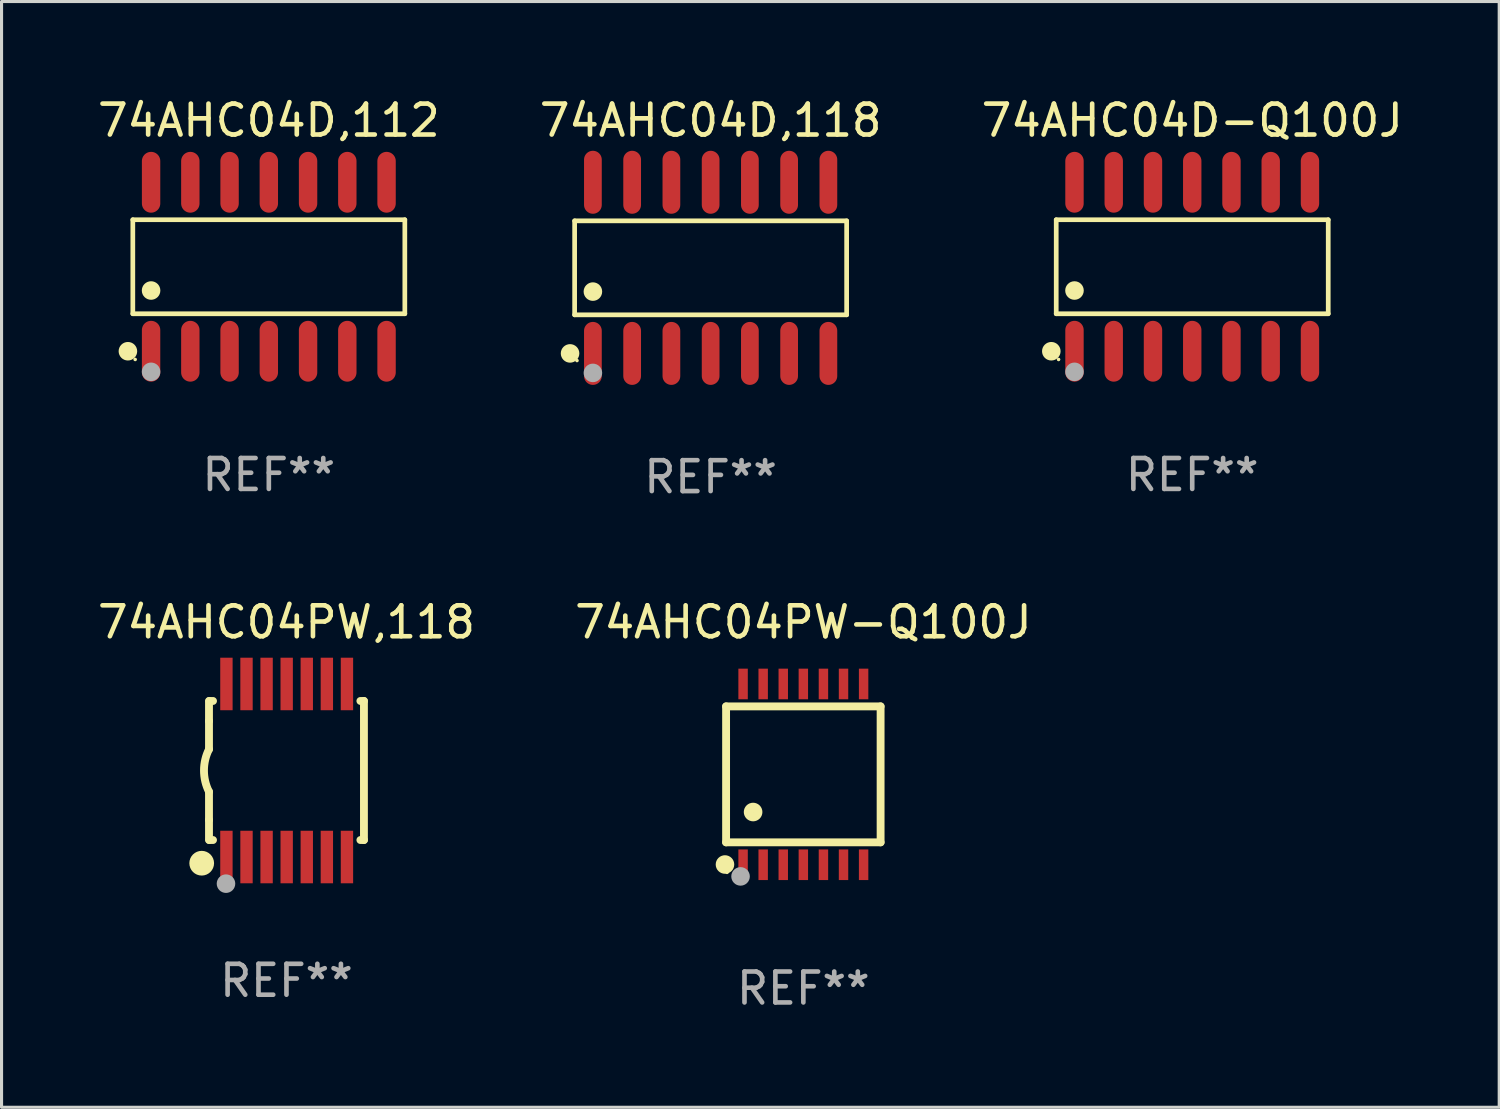
<source format=kicad_pcb>
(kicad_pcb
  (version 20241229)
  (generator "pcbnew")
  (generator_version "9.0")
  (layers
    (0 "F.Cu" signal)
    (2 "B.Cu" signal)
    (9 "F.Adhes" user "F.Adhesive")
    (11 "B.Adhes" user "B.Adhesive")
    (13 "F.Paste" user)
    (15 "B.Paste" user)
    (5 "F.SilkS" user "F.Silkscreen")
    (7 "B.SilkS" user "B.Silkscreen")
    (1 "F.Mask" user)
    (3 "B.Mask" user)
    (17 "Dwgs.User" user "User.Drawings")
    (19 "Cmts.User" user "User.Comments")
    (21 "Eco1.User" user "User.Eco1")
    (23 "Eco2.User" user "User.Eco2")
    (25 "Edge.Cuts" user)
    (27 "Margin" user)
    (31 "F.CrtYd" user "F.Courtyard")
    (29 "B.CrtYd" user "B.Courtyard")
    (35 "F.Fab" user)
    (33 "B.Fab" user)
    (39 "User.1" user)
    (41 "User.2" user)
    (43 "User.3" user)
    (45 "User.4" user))
  (footprint "74AHC04PW,118"
    (layer "F.Cu")
    (at 6.22 21.883)
    (property "Reference" "74AHC04PW,118" (at 0 -4.8 0) (layer "F.SilkS") (effects (font (size 1 1) (thickness 0.15))))
    (attr through_hole)
    (fp_line (start -2.507 -1.6) (end -2.507 -2.25) (stroke (width 0.254) (type solid)) (layer "F.SilkS"))
    (fp_line (start -2.507 -0.686) (end -2.507 -1.6) (stroke (width 0.254) (type solid)) (layer "F.SilkS"))
    (fp_line (start -2.507 1.6) (end -2.507 0.686) (stroke (width 0.254) (type solid)) (layer "F.SilkS"))
    (fp_line (start -2.507 1.6) (end -2.507 2.25) (stroke (width 0.254) (type solid)) (layer "F.SilkS"))
    (fp_line (start -2.493 -2.25) (end -2.377 -2.25) (stroke (width 0.254) (type solid)) (layer "F.SilkS"))
    (fp_line (start -2.377 2.25) (end -2.493 2.25) (stroke (width 0.254) (type solid)) (layer "F.SilkS"))
    (fp_line (start 2.392 -2.25) (end 2.507 -2.25) (stroke (width 0.254) (type solid)) (layer "F.SilkS"))
    (fp_line (start 2.507 -2.25) (end 2.507 2.25) (stroke (width 0.254) (type solid)) (layer "F.SilkS"))
    (fp_line (start 2.507 2.25) (end 2.392 2.25) (stroke (width 0.254) (type solid)) (layer "F.SilkS"))
    (fp_arc (start -2.507303 0.685802) (mid -2.669199 0) (end -2.507303 -0.685801) (stroke (width 0.254001) (type solid)) (layer "F.SilkS"))
    (fp_circle (center -2.743 3) (end -2.543 3) (stroke (width 0.4) (type solid)) (fill no) (layer "F.SilkS"))
    (fp_circle (center -2.493 3.2) (end -2.463 3.2) (stroke (width 0.06) (type solid)) (fill no) (layer "F.SilkS"))
    (fp_circle (center -1.957 3.662) (end -1.807 3.662) (stroke (width 0.3) (type solid)) (fill no) (layer "F.Fab"))
    (fp_text user "REF**" (at 0 6.8 0) (layer "F.Fab") (effects (font (size 1 1) (thickness 0.15))))
    (pad "1" smd rect (at -1.943 2.8) (size 0.4 1.7) (layers "F.Cu" "F.Mask" "F.Paste"))
    (pad "2" smd rect (at -1.293 2.8) (size 0.4 1.7) (layers "F.Cu" "F.Mask" "F.Paste"))
    (pad "3" smd rect (at -0.643 2.8) (size 0.4 1.7) (layers "F.Cu" "F.Mask" "F.Paste"))
    (pad "4" smd rect (at 0.007 2.8) (size 0.4 1.7) (layers "F.Cu" "F.Mask" "F.Paste"))
    (pad "5" smd rect (at 0.657 2.8) (size 0.4 1.7) (layers "F.Cu" "F.Mask" "F.Paste"))
    (pad "6" smd rect (at 1.307 2.8) (size 0.4 1.7) (layers "F.Cu" "F.Mask" "F.Paste"))
    (pad "7" smd rect (at 1.957 2.8) (size 0.4 1.7) (layers "F.Cu" "F.Mask" "F.Paste"))
    (pad "8" smd rect (at 1.957 -2.8) (size 0.4 1.7) (layers "F.Cu" "F.Mask" "F.Paste"))
    (pad "9" smd rect (at 1.307 -2.8) (size 0.4 1.7) (layers "F.Cu" "F.Mask" "F.Paste"))
    (pad "10" smd rect (at 0.657 -2.8) (size 0.4 1.7) (layers "F.Cu" "F.Mask" "F.Paste"))
    (pad "11" smd rect (at 0.007 -2.8) (size 0.4 1.7) (layers "F.Cu" "F.Mask" "F.Paste"))
    (pad "12" smd rect (at -0.643 -2.8) (size 0.4 1.7) (layers "F.Cu" "F.Mask" "F.Paste"))
    (pad "13" smd rect (at -1.293 -2.8) (size 0.4 1.7) (layers "F.Cu" "F.Mask" "F.Paste"))
    (pad "14" smd rect (at -1.943 -2.8) (size 0.4 1.7) (layers "F.Cu" "F.Mask" "F.Paste")))
  (footprint "74AHC04PW-Q100J"
    (layer "F.Cu")
    (at 22.946 22.008)
    (property "Reference" "74AHC04PW-Q100J" (at 0 -4.925 0) (layer "F.SilkS") (effects (font (size 1 1) (thickness 0.15))))
    (attr through_hole)
    (fp_line (start -2.5 2.2) (end -2.5 -2.2) (stroke (width 0.254) (type solid)) (layer "F.SilkS"))
    (fp_line (start -2.5 2.2) (end 2.5 2.2) (stroke (width 0.254) (type solid)) (layer "F.SilkS"))
    (fp_line (start 2.5 -2.2) (end -2.5 -2.2) (stroke (width 0.254) (type solid)) (layer "F.SilkS"))
    (fp_line (start 2.5 -2.2) (end 2.5 2.2) (stroke (width 0.254) (type solid)) (layer "F.SilkS"))
    (fp_circle (center -2.536 2.917) (end -2.386 2.917) (stroke (width 0.3) (type solid)) (fill no) (layer "F.SilkS"))
    (fp_circle (center -2.47 3.17) (end -2.44 3.17) (stroke (width 0.06) (type solid)) (fill no) (layer "F.SilkS"))
    (fp_circle (center -1.626 1.219) (end -1.475 1.219) (stroke (width 0.3) (type solid)) (fill no) (layer "F.SilkS"))
    (fp_circle (center -2.032 3.302) (end -1.882 3.302) (stroke (width 0.3) (type solid)) (fill no) (layer "F.Fab"))
    (fp_text user "REF**" (at 0 6.925 0) (layer "F.Fab") (effects (font (size 1 1) (thickness 0.15))))
    (pad "1" smd rect (at -1.95 2.925) (size 0.305 0.991) (layers "F.Cu" "F.Mask" "F.Paste"))
    (pad "2" smd rect (at -1.3 2.925) (size 0.305 0.991) (layers "F.Cu" "F.Mask" "F.Paste"))
    (pad "3" smd rect (at -0.65 2.925) (size 0.305 0.991) (layers "F.Cu" "F.Mask" "F.Paste"))
    (pad "4" smd rect (at 0 2.925) (size 0.305 0.991) (layers "F.Cu" "F.Mask" "F.Paste"))
    (pad "5" smd rect (at 0.65 2.925) (size 0.305 0.991) (layers "F.Cu" "F.Mask" "F.Paste"))
    (pad "6" smd rect (at 1.3 2.925) (size 0.305 0.991) (layers "F.Cu" "F.Mask" "F.Paste"))
    (pad "7" smd rect (at 1.95 2.925) (size 0.305 0.991) (layers "F.Cu" "F.Mask" "F.Paste"))
    (pad "8" smd rect (at 1.95 -2.925) (size 0.305 0.991) (layers "F.Cu" "F.Mask" "F.Paste"))
    (pad "9" smd rect (at 1.3 -2.925) (size 0.305 0.991) (layers "F.Cu" "F.Mask" "F.Paste"))
    (pad "10" smd rect (at 0.65 -2.925) (size 0.305 0.991) (layers "F.Cu" "F.Mask" "F.Paste"))
    (pad "11" smd rect (at 0 -2.925) (size 0.305 0.991) (layers "F.Cu" "F.Mask" "F.Paste"))
    (pad "12" smd rect (at -0.65 -2.925) (size 0.305 0.991) (layers "F.Cu" "F.Mask" "F.Paste"))
    (pad "13" smd rect (at -1.3 -2.925) (size 0.305 0.991) (layers "F.Cu" "F.Mask" "F.Paste"))
    (pad "14" smd rect (at -1.95 -2.925) (size 0.305 0.991) (layers "F.Cu" "F.Mask" "F.Paste")))
  (footprint "74AHC04D,118"
    (layer "F.Cu")
    (at 19.946 5.617)
    (property "Reference" "74AHC04D,118" (at 0 -4.769 0) (layer "F.SilkS") (effects (font (size 1 1) (thickness 0.15))))
    (attr through_hole)
    (fp_line (start -4.401 -1.521) (end 4.401 -1.521) (stroke (width 0.152) (type solid)) (layer "F.SilkS"))
    (fp_line (start -4.401 1.521) (end -4.401 -1.521) (stroke (width 0.152) (type solid)) (layer "F.SilkS"))
    (fp_line (start 4.401 -1.521) (end 4.401 1.521) (stroke (width 0.152) (type solid)) (layer "F.SilkS"))
    (fp_line (start 4.401 1.521) (end -4.401 1.521) (stroke (width 0.152) (type solid)) (layer "F.SilkS"))
    (fp_circle (center -4.549 2.769) (end -4.399 2.769) (stroke (width 0.3) (type solid)) (fill no) (layer "F.SilkS"))
    (fp_circle (center -4.325 3) (end -4.295 3) (stroke (width 0.06) (type solid)) (fill no) (layer "F.SilkS"))
    (fp_circle (center -3.81 0.769) (end -3.66 0.769) (stroke (width 0.3) (type solid)) (fill no) (layer "F.SilkS"))
    (fp_circle (center -3.81 3.4) (end -3.66 3.4) (stroke (width 0.3) (type solid)) (fill no) (layer "F.Fab"))
    (fp_text user "REF**" (at 0 6.769 0) (layer "F.Fab") (effects (font (size 1 1) (thickness 0.15))))
    (pad "1" smd oval (at -3.81 2.769) (size 0.574 2.038) (layers "F.Cu" "F.Mask" "F.Paste"))
    (pad "2" smd oval (at -2.54 2.769) (size 0.574 2.038) (layers "F.Cu" "F.Mask" "F.Paste"))
    (pad "3" smd oval (at -1.27 2.769) (size 0.574 2.038) (layers "F.Cu" "F.Mask" "F.Paste"))
    (pad "4" smd oval (at 0 2.769) (size 0.574 2.038) (layers "F.Cu" "F.Mask" "F.Paste"))
    (pad "5" smd oval (at 1.27 2.769) (size 0.574 2.038) (layers "F.Cu" "F.Mask" "F.Paste"))
    (pad "6" smd oval (at 2.54 2.769) (size 0.574 2.038) (layers "F.Cu" "F.Mask" "F.Paste"))
    (pad "7" smd oval (at 3.81 2.769) (size 0.574 2.038) (layers "F.Cu" "F.Mask" "F.Paste"))
    (pad "8" smd oval (at 3.81 -2.769) (size 0.574 2.038) (layers "F.Cu" "F.Mask" "F.Paste"))
    (pad "9" smd oval (at 2.54 -2.769) (size 0.574 2.038) (layers "F.Cu" "F.Mask" "F.Paste"))
    (pad "10" smd oval (at 1.27 -2.769) (size 0.574 2.038) (layers "F.Cu" "F.Mask" "F.Paste"))
    (pad "11" smd oval (at 0 -2.769) (size 0.574 2.038) (layers "F.Cu" "F.Mask" "F.Paste"))
    (pad "12" smd oval (at -1.27 -2.769) (size 0.574 2.038) (layers "F.Cu" "F.Mask" "F.Paste"))
    (pad "13" smd oval (at -2.54 -2.769) (size 0.574 2.038) (layers "F.Cu" "F.Mask" "F.Paste"))
    (pad "14" smd oval (at -3.81 -2.769) (size 0.574 2.038) (layers "F.Cu" "F.Mask" "F.Paste")))
  (footprint "74AHC04D,112"
    (layer "F.Cu")
    (at 5.649 5.582)
    (property "Reference" "74AHC04D,112" (at 0 -4.734 0) (layer "F.SilkS") (effects (font (size 1 1) (thickness 0.15))))
    (attr through_hole)
    (fp_line (start -4.401 -1.521) (end 4.401 -1.521) (stroke (width 0.152) (type solid)) (layer "F.SilkS"))
    (fp_line (start -4.401 1.521) (end -4.401 -1.521) (stroke (width 0.152) (type solid)) (layer "F.SilkS"))
    (fp_line (start 4.401 -1.521) (end 4.401 1.521) (stroke (width 0.152) (type solid)) (layer "F.SilkS"))
    (fp_line (start 4.401 1.521) (end -4.401 1.521) (stroke (width 0.152) (type solid)) (layer "F.SilkS"))
    (fp_circle (center -4.56 2.734) (end -4.41 2.734) (stroke (width 0.3) (type solid)) (fill no) (layer "F.SilkS"))
    (fp_circle (center -4.325 3) (end -4.295 3) (stroke (width 0.06) (type solid)) (fill no) (layer "F.SilkS"))
    (fp_circle (center -3.81 0.769) (end -3.66 0.769) (stroke (width 0.3) (type solid)) (fill no) (layer "F.SilkS"))
    (fp_circle (center -3.81 3.4) (end -3.66 3.4) (stroke (width 0.3) (type solid)) (fill no) (layer "F.Fab"))
    (fp_text user "REF**" (at 0 6.734 0) (layer "F.Fab") (effects (font (size 1 1) (thickness 0.15))))
    (pad "1" smd oval (at -3.81 2.734) (size 0.595 1.968) (layers "F.Cu" "F.Mask" "F.Paste"))
    (pad "2" smd oval (at -2.54 2.734) (size 0.595 1.968) (layers "F.Cu" "F.Mask" "F.Paste"))
    (pad "3" smd oval (at -1.27 2.734) (size 0.595 1.968) (layers "F.Cu" "F.Mask" "F.Paste"))
    (pad "4" smd oval (at 0 2.734) (size 0.595 1.968) (layers "F.Cu" "F.Mask" "F.Paste"))
    (pad "5" smd oval (at 1.27 2.734) (size 0.595 1.968) (layers "F.Cu" "F.Mask" "F.Paste"))
    (pad "6" smd oval (at 2.54 2.734) (size 0.595 1.968) (layers "F.Cu" "F.Mask" "F.Paste"))
    (pad "7" smd oval (at 3.81 2.734) (size 0.595 1.968) (layers "F.Cu" "F.Mask" "F.Paste"))
    (pad "8" smd oval (at 3.81 -2.734) (size 0.595 1.968) (layers "F.Cu" "F.Mask" "F.Paste"))
    (pad "9" smd oval (at 2.54 -2.734) (size 0.595 1.968) (layers "F.Cu" "F.Mask" "F.Paste"))
    (pad "10" smd oval (at 1.27 -2.734) (size 0.595 1.968) (layers "F.Cu" "F.Mask" "F.Paste"))
    (pad "11" smd oval (at 0 -2.734) (size 0.595 1.968) (layers "F.Cu" "F.Mask" "F.Paste"))
    (pad "12" smd oval (at -1.27 -2.734) (size 0.595 1.968) (layers "F.Cu" "F.Mask" "F.Paste"))
    (pad "13" smd oval (at -2.54 -2.734) (size 0.595 1.968) (layers "F.Cu" "F.Mask" "F.Paste"))
    (pad "14" smd oval (at -3.81 -2.734) (size 0.595 1.968) (layers "F.Cu" "F.Mask" "F.Paste")))
  (footprint "74AHC04D-Q100J"
    (layer "F.Cu")
    (at 35.53 5.582)
    (property "Reference" "74AHC04D-Q100J" (at 0 -4.734 0) (layer "F.SilkS") (effects (font (size 1 1) (thickness 0.15))))
    (attr through_hole)
    (fp_line (start -4.401 -1.521) (end 4.401 -1.521) (stroke (width 0.152) (type solid)) (layer "F.SilkS"))
    (fp_line (start -4.401 1.521) (end -4.401 -1.521) (stroke (width 0.152) (type solid)) (layer "F.SilkS"))
    (fp_line (start 4.401 -1.521) (end 4.401 1.521) (stroke (width 0.152) (type solid)) (layer "F.SilkS"))
    (fp_line (start 4.401 1.521) (end -4.401 1.521) (stroke (width 0.152) (type solid)) (layer "F.SilkS"))
    (fp_circle (center -4.56 2.734) (end -4.41 2.734) (stroke (width 0.3) (type solid)) (fill no) (layer "F.SilkS"))
    (fp_circle (center -4.325 3) (end -4.295 3) (stroke (width 0.06) (type solid)) (fill no) (layer "F.SilkS"))
    (fp_circle (center -3.81 0.769) (end -3.66 0.769) (stroke (width 0.3) (type solid)) (fill no) (layer "F.SilkS"))
    (fp_circle (center -3.81 3.4) (end -3.66 3.4) (stroke (width 0.3) (type solid)) (fill no) (layer "F.Fab"))
    (fp_text user "REF**" (at 0 6.734 0) (layer "F.Fab") (effects (font (size 1 1) (thickness 0.15))))
    (pad "1" smd oval (at -3.81 2.734) (size 0.595 1.968) (layers "F.Cu" "F.Mask" "F.Paste"))
    (pad "2" smd oval (at -2.54 2.734) (size 0.595 1.968) (layers "F.Cu" "F.Mask" "F.Paste"))
    (pad "3" smd oval (at -1.27 2.734) (size 0.595 1.968) (layers "F.Cu" "F.Mask" "F.Paste"))
    (pad "4" smd oval (at 0 2.734) (size 0.595 1.968) (layers "F.Cu" "F.Mask" "F.Paste"))
    (pad "5" smd oval (at 1.27 2.734) (size 0.595 1.968) (layers "F.Cu" "F.Mask" "F.Paste"))
    (pad "6" smd oval (at 2.54 2.734) (size 0.595 1.968) (layers "F.Cu" "F.Mask" "F.Paste"))
    (pad "7" smd oval (at 3.81 2.734) (size 0.595 1.968) (layers "F.Cu" "F.Mask" "F.Paste"))
    (pad "8" smd oval (at 3.81 -2.734) (size 0.595 1.968) (layers "F.Cu" "F.Mask" "F.Paste"))
    (pad "9" smd oval (at 2.54 -2.734) (size 0.595 1.968) (layers "F.Cu" "F.Mask" "F.Paste"))
    (pad "10" smd oval (at 1.27 -2.734) (size 0.595 1.968) (layers "F.Cu" "F.Mask" "F.Paste"))
    (pad "11" smd oval (at 0 -2.734) (size 0.595 1.968) (layers "F.Cu" "F.Mask" "F.Paste"))
    (pad "12" smd oval (at -1.27 -2.734) (size 0.595 1.968) (layers "F.Cu" "F.Mask" "F.Paste"))
    (pad "13" smd oval (at -2.54 -2.734) (size 0.595 1.968) (layers "F.Cu" "F.Mask" "F.Paste"))
    (pad "14" smd oval (at -3.81 -2.734) (size 0.595 1.968) (layers "F.Cu" "F.Mask" "F.Paste")))
  (gr_rect
    (start -3 -3)
    (end 45.464 32.781)
    (stroke (width 0.1) (type default))
    (fill no)
    (layer "Edge.Cuts")))
</source>
